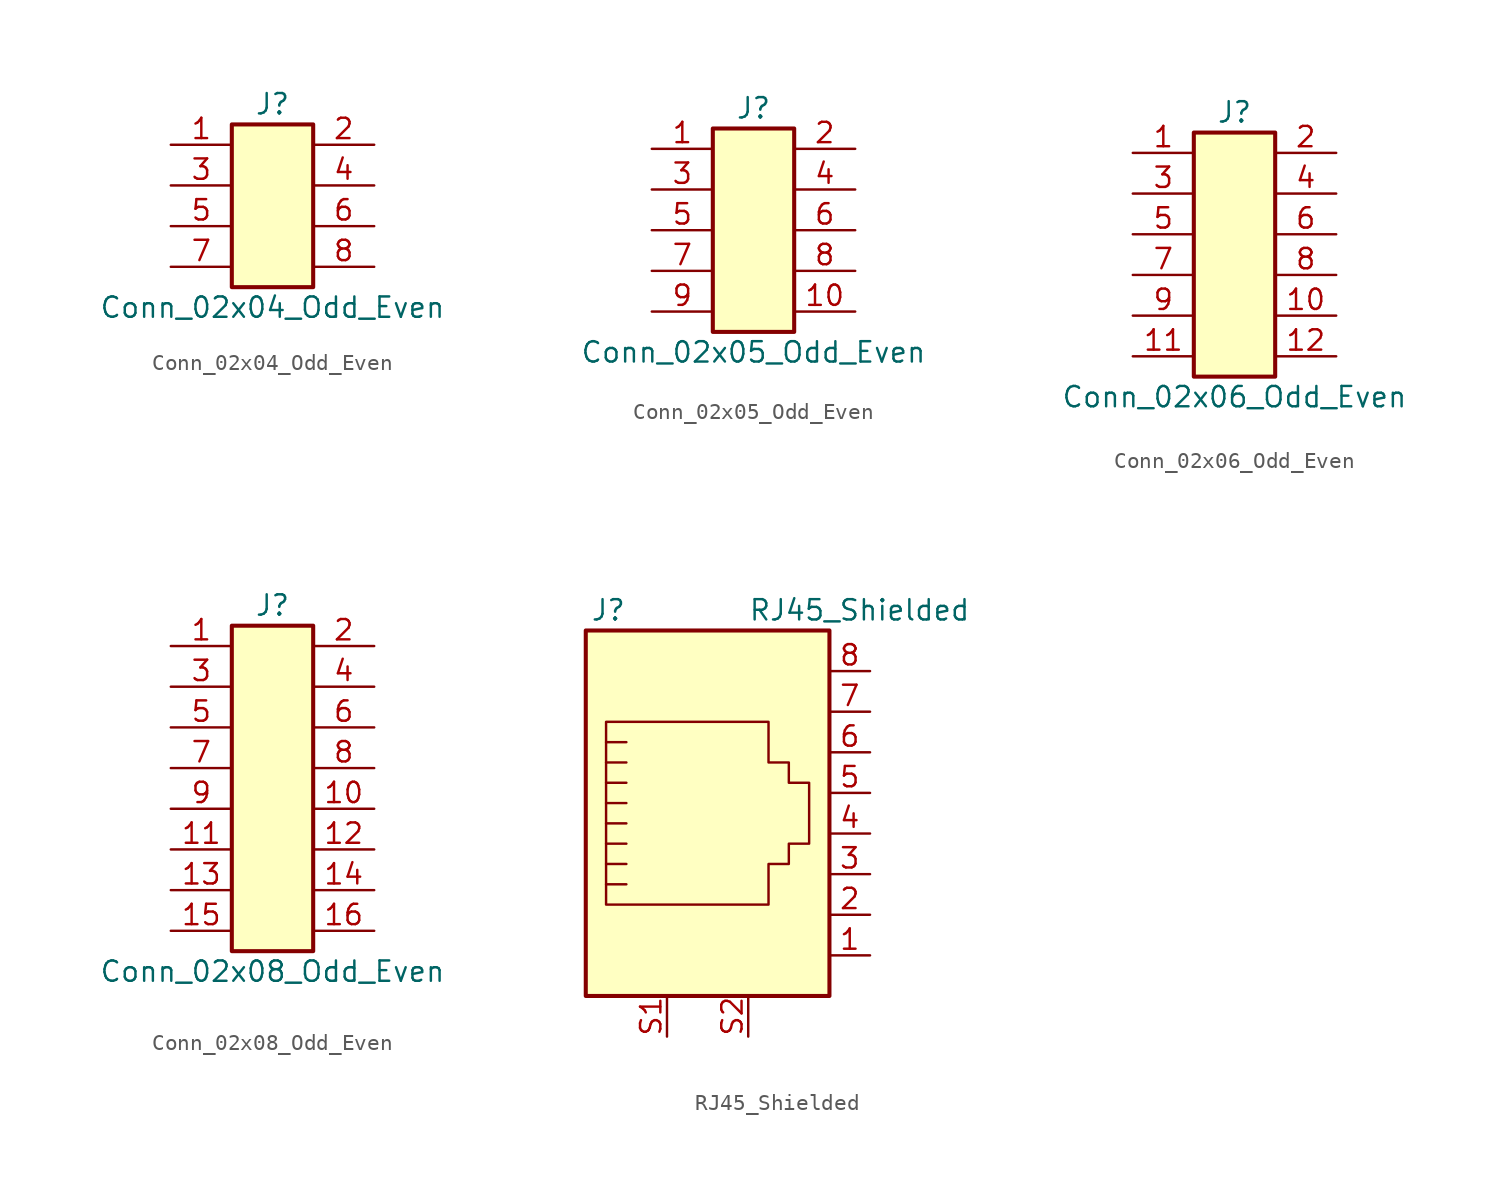
<source format=kicad_sym>
(kicad_symbol_lib
  (version 20220102)
  (generator kicad_symbol_editor)
  (symbol "Conn_02x04_Odd_Even"
    (pin_names
      (offset 1.016) hide)
    (property "Reference" "J"
      (at 0 6.35 0)
      (effects (font (size 1.27 1.27))))
    (property "Value" "Conn_02x04_Odd_Even"
      (at 0 -6.35 0)
      (effects (font (size 1.27 1.27))))
    (symbol "Conn_02x04_Odd_Even_1_1"
      (rectangle (start -2.54 5.08) (end 2.54 -5.08) (stroke (width 0.254) (type default)) (fill (type background)))
      (pin passive line (at -6.35 3.81 0) (length 3.81) (name "Pin_1" (effects (font (size 1.27 1.27)))) (number "1" (effects (font (size 1.27 1.27)))))
      (pin passive line (at 6.35 3.81 180) (length 3.81) (name "Pin_2" (effects (font (size 1.27 1.27)))) (number "2" (effects (font (size 1.27 1.27)))))
      (pin passive line (at -6.35 1.27 0) (length 3.81) (name "Pin_3" (effects (font (size 1.27 1.27)))) (number "3" (effects (font (size 1.27 1.27)))))
      (pin passive line (at 6.35 1.27 180) (length 3.81) (name "Pin_4" (effects (font (size 1.27 1.27)))) (number "4" (effects (font (size 1.27 1.27)))))
      (pin passive line (at -6.35 -1.27 0) (length 3.81) (name "Pin_5" (effects (font (size 1.27 1.27)))) (number "5" (effects (font (size 1.27 1.27)))))
      (pin passive line (at 6.35 -1.27 180) (length 3.81) (name "Pin_6" (effects (font (size 1.27 1.27)))) (number "6" (effects (font (size 1.27 1.27)))))
      (pin passive line (at -6.35 -3.81 0) (length 3.81) (name "Pin_7" (effects (font (size 1.27 1.27)))) (number "7" (effects (font (size 1.27 1.27)))))
      (pin passive line (at 6.35 -3.81 180) (length 3.81) (name "Pin_8" (effects (font (size 1.27 1.27)))) (number "8" (effects (font (size 1.27 1.27)))))))
  (symbol "Conn_02x05_Odd_Even"
    (pin_names
      (offset 1.016) hide)
    (property "Reference" "J"
      (at 1.27 7.62 0)
      (effects (font (size 1.27 1.27))))
    (property "Value" "Conn_02x05_Odd_Even"
      (at 1.27 -7.62 0)
      (effects (font (size 1.27 1.27))))
    (symbol "Conn_02x05_Odd_Even_1_1"
      (rectangle (start -1.27 6.35) (end 3.81 -6.35) (stroke (width 0.254) (type default)) (fill (type background)))
      (pin passive line (at -5.08 5.08 0) (length 3.81) (name "Pin_1" (effects (font (size 1.27 1.27)))) (number "1" (effects (font (size 1.27 1.27)))))
      (pin passive line (at 7.62 -5.08 180) (length 3.81) (name "Pin_10" (effects (font (size 1.27 1.27)))) (number "10" (effects (font (size 1.27 1.27)))))
      (pin passive line (at 7.62 5.08 180) (length 3.81) (name "Pin_2" (effects (font (size 1.27 1.27)))) (number "2" (effects (font (size 1.27 1.27)))))
      (pin passive line (at -5.08 2.54 0) (length 3.81) (name "Pin_3" (effects (font (size 1.27 1.27)))) (number "3" (effects (font (size 1.27 1.27)))))
      (pin passive line (at 7.62 2.54 180) (length 3.81) (name "Pin_4" (effects (font (size 1.27 1.27)))) (number "4" (effects (font (size 1.27 1.27)))))
      (pin passive line (at -5.08 0 0) (length 3.81) (name "Pin_5" (effects (font (size 1.27 1.27)))) (number "5" (effects (font (size 1.27 1.27)))))
      (pin passive line (at 7.62 0 180) (length 3.81) (name "Pin_6" (effects (font (size 1.27 1.27)))) (number "6" (effects (font (size 1.27 1.27)))))
      (pin passive line (at -5.08 -2.54 0) (length 3.81) (name "Pin_7" (effects (font (size 1.27 1.27)))) (number "7" (effects (font (size 1.27 1.27)))))
      (pin passive line (at 7.62 -2.54 180) (length 3.81) (name "Pin_8" (effects (font (size 1.27 1.27)))) (number "8" (effects (font (size 1.27 1.27)))))
      (pin passive line (at -5.08 -5.08 0) (length 3.81) (name "Pin_9" (effects (font (size 1.27 1.27)))) (number "9" (effects (font (size 1.27 1.27)))))))
  (symbol "Conn_02x06_Odd_Even"
    (pin_names
      (offset 1.016) hide)
    (property "Reference" "J"
      (at 1.27 7.62 0)
      (effects (font (size 1.27 1.27))))
    (property "Value" "Conn_02x06_Odd_Even"
      (at 1.27 -10.16 0)
      (effects (font (size 1.27 1.27))))
    (symbol "Conn_02x06_Odd_Even_1_1"
      (rectangle (start -1.27 6.35) (end 3.81 -8.89) (stroke (width 0.254) (type default)) (fill (type background)))
      (pin passive line (at -5.08 5.08 0) (length 3.81) (name "Pin_1" (effects (font (size 1.27 1.27)))) (number "1" (effects (font (size 1.27 1.27)))))
      (pin passive line (at 7.62 -5.08 180) (length 3.81) (name "Pin_10" (effects (font (size 1.27 1.27)))) (number "10" (effects (font (size 1.27 1.27)))))
      (pin passive line (at -5.08 -7.62 0) (length 3.81) (name "Pin_11" (effects (font (size 1.27 1.27)))) (number "11" (effects (font (size 1.27 1.27)))))
      (pin passive line (at 7.62 -7.62 180) (length 3.81) (name "Pin_12" (effects (font (size 1.27 1.27)))) (number "12" (effects (font (size 1.27 1.27)))))
      (pin passive line (at 7.62 5.08 180) (length 3.81) (name "Pin_2" (effects (font (size 1.27 1.27)))) (number "2" (effects (font (size 1.27 1.27)))))
      (pin passive line (at -5.08 2.54 0) (length 3.81) (name "Pin_3" (effects (font (size 1.27 1.27)))) (number "3" (effects (font (size 1.27 1.27)))))
      (pin passive line (at 7.62 2.54 180) (length 3.81) (name "Pin_4" (effects (font (size 1.27 1.27)))) (number "4" (effects (font (size 1.27 1.27)))))
      (pin passive line (at -5.08 0 0) (length 3.81) (name "Pin_5" (effects (font (size 1.27 1.27)))) (number "5" (effects (font (size 1.27 1.27)))))
      (pin passive line (at 7.62 0 180) (length 3.81) (name "Pin_6" (effects (font (size 1.27 1.27)))) (number "6" (effects (font (size 1.27 1.27)))))
      (pin passive line (at -5.08 -2.54 0) (length 3.81) (name "Pin_7" (effects (font (size 1.27 1.27)))) (number "7" (effects (font (size 1.27 1.27)))))
      (pin passive line (at 7.62 -2.54 180) (length 3.81) (name "Pin_8" (effects (font (size 1.27 1.27)))) (number "8" (effects (font (size 1.27 1.27)))))
      (pin passive line (at -5.08 -5.08 0) (length 3.81) (name "Pin_9" (effects (font (size 1.27 1.27)))) (number "9" (effects (font (size 1.27 1.27)))))))
  (symbol "Conn_02x08_Odd_Even"
    (pin_names
      (offset 1.016) hide)
    (property "Reference" "J"
      (at 1.27 10.16 0)
      (effects (font (size 1.27 1.27))))
    (property "Value" "Conn_02x08_Odd_Even"
      (at 1.27 -12.7 0)
      (effects (font (size 1.27 1.27))))
    (symbol "Conn_02x08_Odd_Even_1_1"
      (rectangle (start -1.27 8.89) (end 3.81 -11.43) (stroke (width 0.254) (type default)) (fill (type background)))
      (pin passive line (at -5.08 7.62 0) (length 3.81) (name "Pin_1" (effects (font (size 1.27 1.27)))) (number "1" (effects (font (size 1.27 1.27)))))
      (pin passive line (at 7.62 -2.54 180) (length 3.81) (name "Pin_10" (effects (font (size 1.27 1.27)))) (number "10" (effects (font (size 1.27 1.27)))))
      (pin passive line (at -5.08 -5.08 0) (length 3.81) (name "Pin_11" (effects (font (size 1.27 1.27)))) (number "11" (effects (font (size 1.27 1.27)))))
      (pin passive line (at 7.62 -5.08 180) (length 3.81) (name "Pin_12" (effects (font (size 1.27 1.27)))) (number "12" (effects (font (size 1.27 1.27)))))
      (pin passive line (at -5.08 -7.62 0) (length 3.81) (name "Pin_13" (effects (font (size 1.27 1.27)))) (number "13" (effects (font (size 1.27 1.27)))))
      (pin passive line (at 7.62 -7.62 180) (length 3.81) (name "Pin_14" (effects (font (size 1.27 1.27)))) (number "14" (effects (font (size 1.27 1.27)))))
      (pin passive line (at -5.08 -10.16 0) (length 3.81) (name "Pin_15" (effects (font (size 1.27 1.27)))) (number "15" (effects (font (size 1.27 1.27)))))
      (pin passive line (at 7.62 -10.16 180) (length 3.81) (name "Pin_16" (effects (font (size 1.27 1.27)))) (number "16" (effects (font (size 1.27 1.27)))))
      (pin passive line (at 7.62 7.62 180) (length 3.81) (name "Pin_2" (effects (font (size 1.27 1.27)))) (number "2" (effects (font (size 1.27 1.27)))))
      (pin passive line (at -5.08 5.08 0) (length 3.81) (name "Pin_3" (effects (font (size 1.27 1.27)))) (number "3" (effects (font (size 1.27 1.27)))))
      (pin passive line (at 7.62 5.08 180) (length 3.81) (name "Pin_4" (effects (font (size 1.27 1.27)))) (number "4" (effects (font (size 1.27 1.27)))))
      (pin passive line (at -5.08 2.54 0) (length 3.81) (name "Pin_5" (effects (font (size 1.27 1.27)))) (number "5" (effects (font (size 1.27 1.27)))))
      (pin passive line (at 7.62 2.54 180) (length 3.81) (name "Pin_6" (effects (font (size 1.27 1.27)))) (number "6" (effects (font (size 1.27 1.27)))))
      (pin passive line (at -5.08 0 0) (length 3.81) (name "Pin_7" (effects (font (size 1.27 1.27)))) (number "7" (effects (font (size 1.27 1.27)))))
      (pin passive line (at 7.62 0 180) (length 3.81) (name "Pin_8" (effects (font (size 1.27 1.27)))) (number "8" (effects (font (size 1.27 1.27)))))
      (pin passive line (at -5.08 -2.54 0) (length 3.81) (name "Pin_9" (effects (font (size 1.27 1.27)))) (number "9" (effects (font (size 1.27 1.27)))))))
  (symbol "RJ45_Shielded"
    (pin_names
      (offset 1.016))
    (property "Reference" "J"
      (at -5.08 13.97 0)
      (effects (font (size 1.27 1.27)) (justify right)))
    (property "Value" "RJ45_Shielded"
      (at 2.54 13.97 0)
      (effects (font (size 1.27 1.27)) (justify left)))
    (symbol "RJ45_Shielded_0_1"
      (polyline (pts (xy -5.08 4.445) (xy -6.35 4.445)) (stroke (width 0) (type default)) (fill (type none)))
      (polyline (pts (xy -5.08 5.715) (xy -6.35 5.715)) (stroke (width 0) (type default)) (fill (type none)))
      (polyline (pts (xy -6.35 -3.175) (xy -5.08 -3.175) (xy -5.08 -3.175)) (stroke (width 0) (type default)) (fill (type none)))
      (polyline (pts (xy -6.35 -1.905) (xy -5.08 -1.905) (xy -5.08 -1.905)) (stroke (width 0) (type default)) (fill (type none)))
      (polyline (pts (xy -6.35 -0.635) (xy -5.08 -0.635) (xy -5.08 -0.635)) (stroke (width 0) (type default)) (fill (type none)))
      (polyline (pts (xy -6.35 0.635) (xy -5.08 0.635) (xy -5.08 0.635)) (stroke (width 0) (type default)) (fill (type none)))
      (polyline (pts (xy -6.35 1.905) (xy -5.08 1.905) (xy -5.08 1.905)) (stroke (width 0) (type default)) (fill (type none)))
      (polyline (pts (xy -5.08 3.175) (xy -6.35 3.175) (xy -6.35 3.175)) (stroke (width 0) (type default)) (fill (type none)))
      (polyline (pts (xy -6.35 -4.445) (xy -6.35 6.985) (xy 3.81 6.985) (xy 3.81 4.445) (xy 5.08 4.445) (xy 5.08 3.175) (xy 6.35 3.175) (xy 6.35 -0.635) (xy 5.08 -0.635) (xy 5.08 -1.905) (xy 3.81 -1.905) (xy 3.81 -4.445) (xy -6.35 -4.445) (xy -6.35 -4.445)) (stroke (width 0) (type default)) (fill (type none)))
      (rectangle (start 7.62 12.7) (end -7.62 -10.16) (stroke (width 0.254) (type default)) (fill (type background))))
    (symbol "RJ45_Shielded_1_1"
      (pin passive line (at 10.16 -7.62 180) (length 2.54) (name "~" (effects (font (size 1.27 1.27)))) (number "1" (effects (font (size 1.27 1.27)))))
      (pin passive line (at 10.16 -5.08 180) (length 2.54) (name "~" (effects (font (size 1.27 1.27)))) (number "2" (effects (font (size 1.27 1.27)))))
      (pin passive line (at 10.16 -2.54 180) (length 2.54) (name "~" (effects (font (size 1.27 1.27)))) (number "3" (effects (font (size 1.27 1.27)))))
      (pin passive line (at 10.16 0 180) (length 2.54) (name "~" (effects (font (size 1.27 1.27)))) (number "4" (effects (font (size 1.27 1.27)))))
      (pin passive line (at 10.16 2.54 180) (length 2.54) (name "~" (effects (font (size 1.27 1.27)))) (number "5" (effects (font (size 1.27 1.27)))))
      (pin passive line (at 10.16 5.08 180) (length 2.54) (name "~" (effects (font (size 1.27 1.27)))) (number "6" (effects (font (size 1.27 1.27)))))
      (pin passive line (at 10.16 7.62 180) (length 2.54) (name "~" (effects (font (size 1.27 1.27)))) (number "7" (effects (font (size 1.27 1.27)))))
      (pin passive line (at 10.16 10.16 180) (length 2.54) (name "~" (effects (font (size 1.27 1.27)))) (number "8" (effects (font (size 1.27 1.27)))))
      (pin passive line (at -2.54 -12.7 90) (length 2.54) (name "~" (effects (font (size 1.27 1.27)))) (number "S1" (effects (font (size 1.27 1.27)))))
      (pin passive line (at 2.54 -12.7 90) (length 2.54) (name "~" (effects (font (size 1.27 1.27)))) (number "S2" (effects (font (size 1.27 1.27))))))))
</source>
